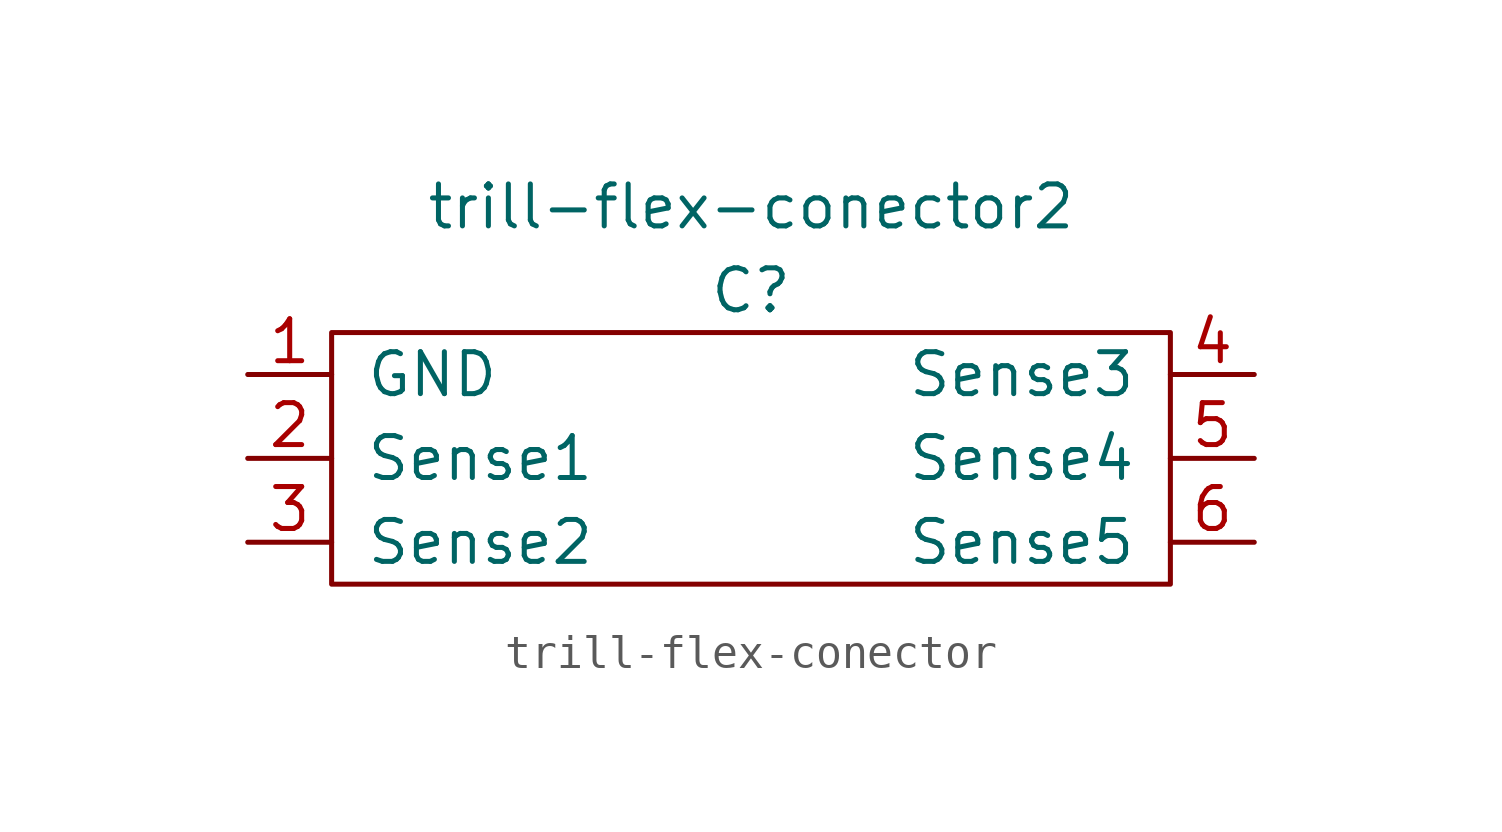
<source format=kicad_sym>
(kicad_symbol_lib
  (version 20220914)
  (generator kicad_symbol_editor)
  (symbol "trill-flex-conector"
    (pin_names
      (offset 1.016))
    (property "Reference" "C"
      (at 0 0 0)
      (effects (font (size 1.27 1.27))))
    (property "Value" "trill-flex-conector2"
      (at 0 2.54 0)
      (effects (font (size 1.27 1.27))))
    (symbol "trill-flex-conector_0_1"
      (rectangle (start -12.7 -1.27) (end 12.7 -8.89) (stroke (width 0) (type solid)) (fill (type none))))
    (symbol "trill-flex-conector_1_1"
      (pin input line (at -15.24 -2.54 0) (length 2.54) (name "GND" (effects (font (size 1.27 1.27)))) (number "1" (effects (font (size 1.27 1.27)))))
      (pin input line (at -15.24 -5.08 0) (length 2.54) (name "Sense1" (effects (font (size 1.27 1.27)))) (number "2" (effects (font (size 1.27 1.27)))))
      (pin input line (at -15.24 -7.62 0) (length 2.54) (name "Sense2" (effects (font (size 1.27 1.27)))) (number "3" (effects (font (size 1.27 1.27)))))
      (pin input line (at 15.24 -2.54 180) (length 2.54) (name "Sense3" (effects (font (size 1.27 1.27)))) (number "4" (effects (font (size 1.27 1.27)))))
      (pin input line (at 15.24 -5.08 180) (length 2.54) (name "Sense4" (effects (font (size 1.27 1.27)))) (number "5" (effects (font (size 1.27 1.27)))))
      (pin input line (at 15.24 -7.62 180) (length 2.54) (name "Sense5" (effects (font (size 1.27 1.27)))) (number "6" (effects (font (size 1.27 1.27))))))))
</source>
